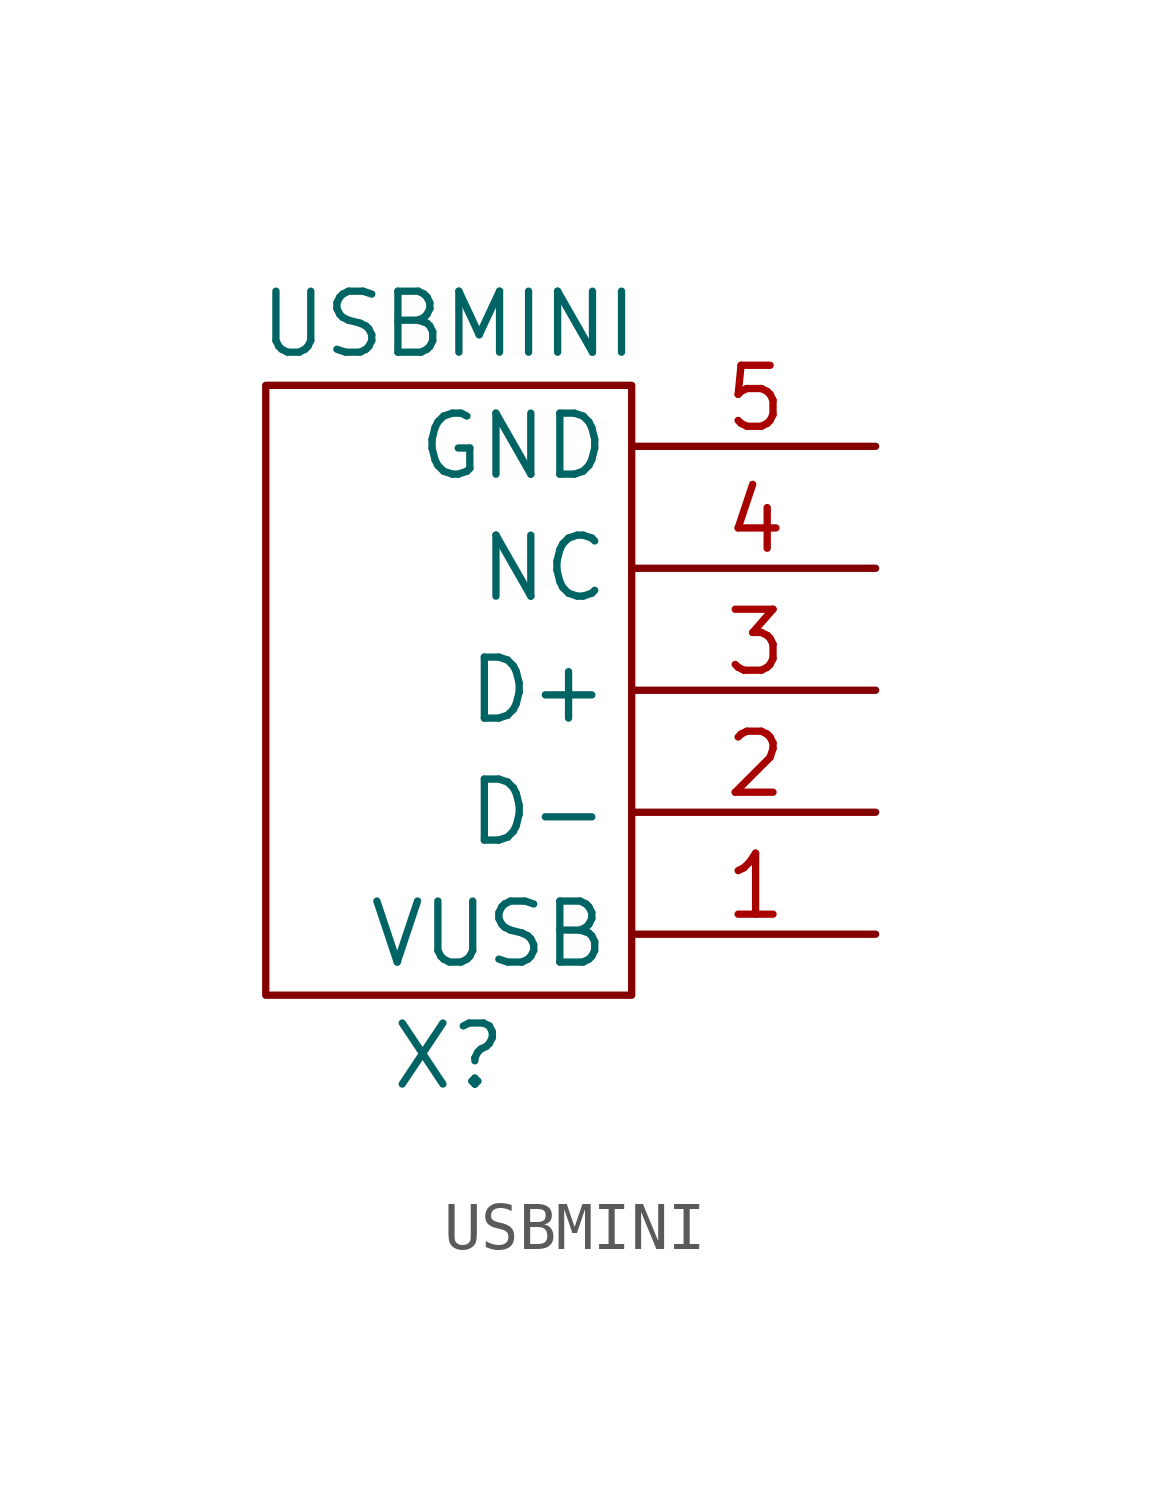
<source format=kicad_sym>
(kicad_symbol_lib
  (version 20211014)
  (generator kicad_symbol_editor)
  (symbol "USBMINI"
    (property "Reference" "X"
      (at 0 -7.62 0)
      (effects (font (size 1.27 1.27))))
    (property "Value" "USBMINI"
      (at 0 7.62 0)
      (effects (font (size 1.27 1.27))))
    (symbol "USBMINI_0_1"
      (rectangle (start -3.81 6.35) (end 3.81 -6.35) (stroke (width 0) (type default) (color 0 0 0 0)) (fill (type none))))
    (symbol "USBMINI_1_1"
      (pin passive line (at 8.89 -5.08 180) (length 5) (name "VUSB" (effects (font (size 1.27 1.27)))) (number "1" (effects (font (size 1.27 1.27)))))
      (pin passive line (at 8.89 -2.54 180) (length 5) (name "D-" (effects (font (size 1.27 1.27)))) (number "2" (effects (font (size 1.27 1.27)))))
      (pin passive line (at 8.89 0 180) (length 5) (name "D+" (effects (font (size 1.27 1.27)))) (number "3" (effects (font (size 1.27 1.27)))))
      (pin passive line (at 8.89 2.54 180) (length 5) (name "NC" (effects (font (size 1.27 1.27)))) (number "4" (effects (font (size 1.27 1.27)))))
      (pin passive line (at 8.89 5.08 180) (length 5) (name "GND" (effects (font (size 1.27 1.27)))) (number "5" (effects (font (size 1.27 1.27))))))))
</source>
